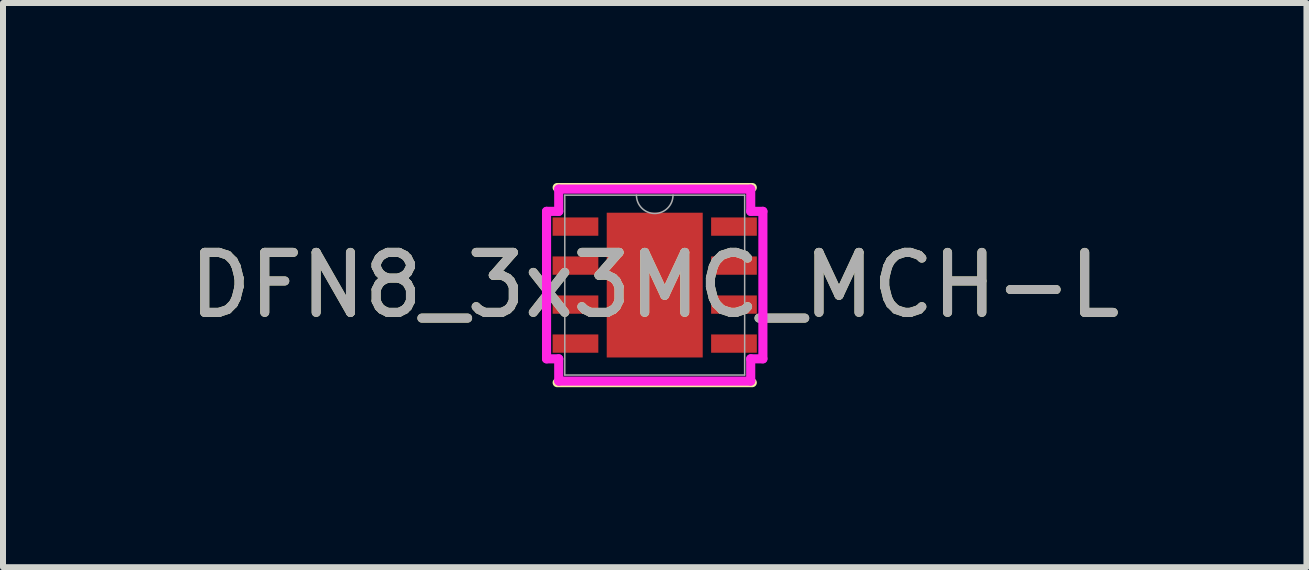
<source format=kicad_pcb>
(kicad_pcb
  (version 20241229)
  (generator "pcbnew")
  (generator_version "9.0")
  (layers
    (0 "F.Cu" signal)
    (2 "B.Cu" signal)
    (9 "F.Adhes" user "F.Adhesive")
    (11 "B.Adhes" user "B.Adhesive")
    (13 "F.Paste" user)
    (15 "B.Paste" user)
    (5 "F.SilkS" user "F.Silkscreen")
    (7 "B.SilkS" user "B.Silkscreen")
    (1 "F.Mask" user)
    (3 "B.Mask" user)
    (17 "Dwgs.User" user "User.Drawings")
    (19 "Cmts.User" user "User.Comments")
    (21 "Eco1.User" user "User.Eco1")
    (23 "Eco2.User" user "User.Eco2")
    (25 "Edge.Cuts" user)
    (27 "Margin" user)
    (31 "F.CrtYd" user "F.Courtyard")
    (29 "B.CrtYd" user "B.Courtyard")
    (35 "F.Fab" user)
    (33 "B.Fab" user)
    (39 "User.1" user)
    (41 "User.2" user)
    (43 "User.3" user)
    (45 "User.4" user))
  (footprint "DFN8_3x3MC_MCH-L"
    (layer "F.Cu")
    (at 7.863 1.702)
    (property "Reference" "DFN8_3x3MC_MCH-L" (at 0 0 0) (unlocked yes) (layer "F.SilkS") (effects (font (size 1 1) (thickness 0.15))))
    (attr smd)
    (fp_line (start -1.626 1.626) (end 1.626 1.626) (stroke (width 0.152) (type solid)) (layer "F.SilkS"))
    (fp_line (start 1.626 -1.626) (end -1.626 -1.626) (stroke (width 0.152) (type solid)) (layer "F.SilkS"))
    (fp_line (start -1.803 -1.229) (end -1.6 -1.229) (stroke (width 0.152) (type solid)) (layer "F.CrtYd"))
    (fp_line (start -1.803 1.229) (end -1.803 -1.229) (stroke (width 0.152) (type solid)) (layer "F.CrtYd"))
    (fp_line (start -1.803 1.229) (end -1.6 1.229) (stroke (width 0.152) (type solid)) (layer "F.CrtYd"))
    (fp_line (start -1.6 -1.6) (end 1.6 -1.6) (stroke (width 0.152) (type solid)) (layer "F.CrtYd"))
    (fp_line (start -1.6 -1.229) (end -1.6 -1.6) (stroke (width 0.152) (type solid)) (layer "F.CrtYd"))
    (fp_line (start -1.6 1.6) (end -1.6 1.229) (stroke (width 0.152) (type solid)) (layer "F.CrtYd"))
    (fp_line (start 1.6 -1.6) (end 1.6 -1.229) (stroke (width 0.152) (type solid)) (layer "F.CrtYd"))
    (fp_line (start 1.6 1.229) (end 1.6 1.6) (stroke (width 0.152) (type solid)) (layer "F.CrtYd"))
    (fp_line (start 1.6 1.6) (end -1.6 1.6) (stroke (width 0.152) (type solid)) (layer "F.CrtYd"))
    (fp_line (start 1.803 -1.229) (end 1.6 -1.229) (stroke (width 0.152) (type solid)) (layer "F.CrtYd"))
    (fp_line (start 1.803 -1.229) (end 1.803 1.229) (stroke (width 0.152) (type solid)) (layer "F.CrtYd"))
    (fp_line (start 1.803 1.229) (end 1.6 1.229) (stroke (width 0.152) (type solid)) (layer "F.CrtYd"))
    (fp_line (start -1.499 -1.499) (end -1.499 1.499) (stroke (width 0.025) (type solid)) (layer "F.Fab"))
    (fp_line (start -1.499 1.499) (end 1.499 1.499) (stroke (width 0.025) (type solid)) (layer "F.Fab"))
    (fp_line (start 1.499 -1.499) (end -1.499 -1.499) (stroke (width 0.025) (type solid)) (layer "F.Fab"))
    (fp_line (start 1.499 1.499) (end 1.499 -1.499) (stroke (width 0.025) (type solid)) (layer "F.Fab"))
    (fp_arc (start 0.3048 -1.4986) (mid 0 -1.1938) (end -0.3048 -1.4986) (stroke (width 0.0254) (type solid)) (layer "F.Fab"))
    (fp_text user "${REFERENCE}" (at 0 0 0) (unlocked yes) (layer "F.Fab") (effects (font (size 1 1) (thickness 0.15))))
    (pad "1" smd rect (at -1.321 -0.975) (size 0.762 0.305) (layers "F.Cu" "F.Mask" "F.Paste"))
    (pad "2" smd rect (at -1.321 -0.325) (size 0.762 0.305) (layers "F.Cu" "F.Mask" "F.Paste"))
    (pad "3" smd rect (at -1.321 0.325) (size 0.762 0.305) (layers "F.Cu" "F.Mask" "F.Paste"))
    (pad "4" smd rect (at -1.321 0.975) (size 0.762 0.305) (layers "F.Cu" "F.Mask" "F.Paste"))
    (pad "5" smd rect (at 1.321 0.975) (size 0.762 0.305) (layers "F.Cu" "F.Mask" "F.Paste"))
    (pad "6" smd rect (at 1.321 0.325) (size 0.762 0.305) (layers "F.Cu" "F.Mask" "F.Paste"))
    (pad "7" smd rect (at 1.321 -0.325) (size 0.762 0.305) (layers "F.Cu" "F.Mask" "F.Paste"))
    (pad "8" smd rect (at 1.321 -0.975) (size 0.762 0.305) (layers "F.Cu" "F.Mask" "F.Paste"))
    (pad "9" smd rect (at 0 0) (size 1.6 2.413) (layers "F.Cu" "F.Mask" "F.Paste")))
  (gr_rect
    (start -3 -3)
    (end 18.726 6.404)
    (stroke (width 0.1) (type default))
    (fill no)
    (layer "Edge.Cuts")))
</source>
